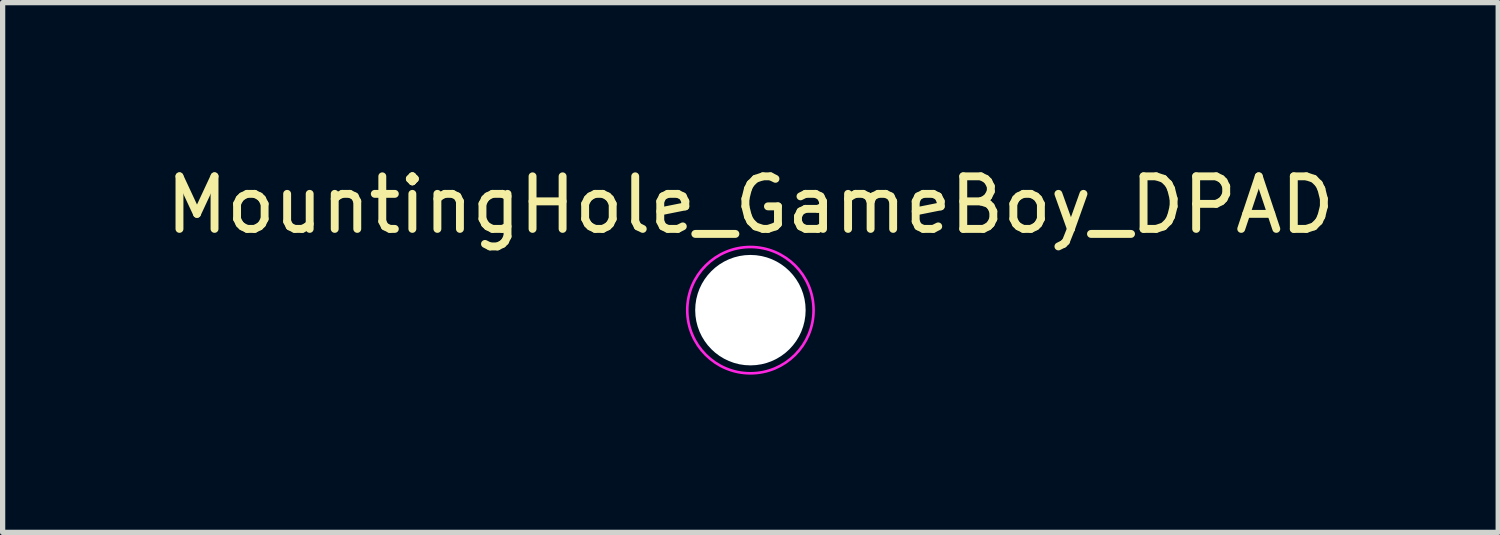
<source format=kicad_pcb>
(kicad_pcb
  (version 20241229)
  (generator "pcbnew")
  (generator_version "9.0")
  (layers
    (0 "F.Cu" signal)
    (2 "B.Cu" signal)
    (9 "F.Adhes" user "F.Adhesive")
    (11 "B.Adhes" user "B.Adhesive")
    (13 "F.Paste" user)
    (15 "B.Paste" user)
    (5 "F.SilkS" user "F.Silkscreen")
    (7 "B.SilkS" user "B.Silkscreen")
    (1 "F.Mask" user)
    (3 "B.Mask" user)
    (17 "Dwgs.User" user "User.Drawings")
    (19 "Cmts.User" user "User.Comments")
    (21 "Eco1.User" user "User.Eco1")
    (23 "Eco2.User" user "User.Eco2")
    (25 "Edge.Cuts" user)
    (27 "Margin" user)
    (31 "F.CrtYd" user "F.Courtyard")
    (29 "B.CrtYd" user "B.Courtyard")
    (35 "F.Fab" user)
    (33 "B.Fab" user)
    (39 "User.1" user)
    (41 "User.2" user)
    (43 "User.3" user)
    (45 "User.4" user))
  (footprint "MountingHole_GameBoy_DPAD"
    (layer "F.Cu")
    (at 11.22 2.848)
    (property "Reference" "MountingHole_GameBoy_DPAD" (at 0 -2 0) (layer "F.SilkS") (effects (font (size 1 1) (thickness 0.15))))
    (attr through_hole)
    (fp_circle (center 0 0) (end 1.2 0.05) (stroke (width 0.05) (type solid)) (fill no) (layer "F.CrtYd"))
    (pad "" np_thru_hole circle (at 0 0 180) (size 2.1 2.1) (drill 2.1) (layers "*.Cu" "*.Mask")))
  (gr_rect
    (start -3 -3)
    (end 25.44 7.074)
    (stroke (width 0.1) (type default))
    (fill no)
    (layer "Edge.Cuts")))
</source>
